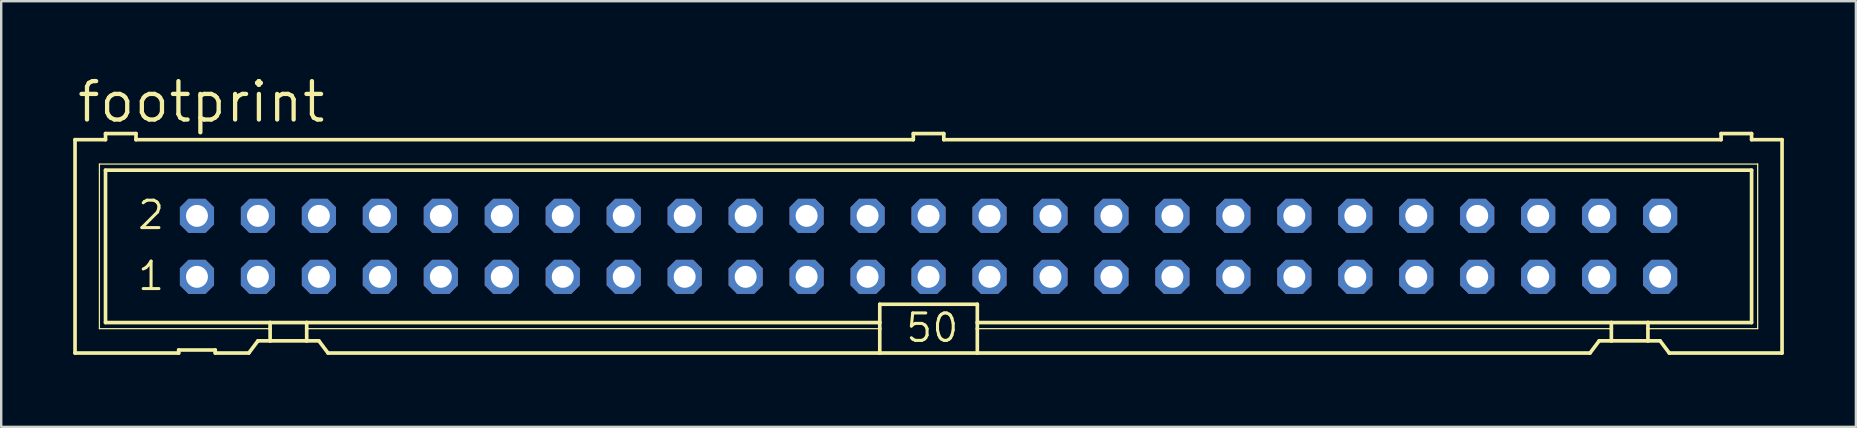
<source format=kicad_pcb>
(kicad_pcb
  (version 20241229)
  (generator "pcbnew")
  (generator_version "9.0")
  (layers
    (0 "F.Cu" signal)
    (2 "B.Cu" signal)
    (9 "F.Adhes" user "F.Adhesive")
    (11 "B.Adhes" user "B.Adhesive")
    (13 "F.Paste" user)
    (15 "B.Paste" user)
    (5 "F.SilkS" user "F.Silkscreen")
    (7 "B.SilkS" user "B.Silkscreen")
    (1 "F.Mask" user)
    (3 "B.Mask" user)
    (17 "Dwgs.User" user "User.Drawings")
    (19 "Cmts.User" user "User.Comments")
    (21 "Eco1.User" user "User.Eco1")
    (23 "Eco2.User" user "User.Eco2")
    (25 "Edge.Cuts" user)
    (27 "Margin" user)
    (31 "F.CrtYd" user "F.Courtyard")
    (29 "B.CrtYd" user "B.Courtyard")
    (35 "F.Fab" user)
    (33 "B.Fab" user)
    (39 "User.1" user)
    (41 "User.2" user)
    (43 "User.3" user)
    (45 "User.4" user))
  (footprint "footprint"
    (layer "F.Cu")
    (at 35.636 7.214)
    (property "Reference" "footprint" (at -35.56 -5.08 0) (layer "F.SilkS") (effects (font (size 1.6 1.6) (thickness 0.178)) (justify left bottom)))
    (fp_line (start -35.56 -4.445) (end -35.56 4.445) (stroke (width 0.152) (type solid)) (layer "F.SilkS"))
    (fp_line (start -35.56 -4.445) (end -34.29 -4.445) (stroke (width 0.152) (type solid)) (layer "F.SilkS"))
    (fp_line (start -35.56 4.445) (end -31.242 4.445) (stroke (width 0.152) (type solid)) (layer "F.SilkS"))
    (fp_line (start -34.544 -3.429) (end -34.544 3.429) (stroke (width 0.051) (type solid)) (layer "F.SilkS"))
    (fp_line (start -34.544 3.429) (end -27.432 3.429) (stroke (width 0.051) (type solid)) (layer "F.SilkS"))
    (fp_line (start -34.29 -4.699) (end -34.29 -4.445) (stroke (width 0.152) (type solid)) (layer "F.SilkS"))
    (fp_line (start -34.29 -3.175) (end -34.29 3.175) (stroke (width 0.152) (type solid)) (layer "F.SilkS"))
    (fp_line (start -34.29 -3.175) (end 34.29 -3.175) (stroke (width 0.152) (type solid)) (layer "F.SilkS"))
    (fp_line (start -33.02 -4.699) (end -34.29 -4.699) (stroke (width 0.152) (type solid)) (layer "F.SilkS"))
    (fp_line (start -33.02 -4.699) (end -33.02 -4.445) (stroke (width 0.152) (type solid)) (layer "F.SilkS"))
    (fp_line (start -33.02 -4.445) (end -0.635 -4.445) (stroke (width 0.152) (type solid)) (layer "F.SilkS"))
    (fp_line (start -31.242 4.318) (end -31.242 4.445) (stroke (width 0.152) (type solid)) (layer "F.SilkS"))
    (fp_line (start -31.242 4.318) (end -29.718 4.318) (stroke (width 0.152) (type solid)) (layer "F.SilkS"))
    (fp_line (start -29.718 4.445) (end -29.718 4.318) (stroke (width 0.152) (type solid)) (layer "F.SilkS"))
    (fp_line (start -29.718 4.445) (end -28.321 4.445) (stroke (width 0.152) (type solid)) (layer "F.SilkS"))
    (fp_line (start -28.321 4.445) (end -27.94 3.937) (stroke (width 0.152) (type solid)) (layer "F.SilkS"))
    (fp_line (start -27.432 3.175) (end -34.29 3.175) (stroke (width 0.152) (type solid)) (layer "F.SilkS"))
    (fp_line (start -27.432 3.175) (end -27.432 3.429) (stroke (width 0.152) (type solid)) (layer "F.SilkS"))
    (fp_line (start -27.432 3.429) (end -27.432 3.937) (stroke (width 0.152) (type solid)) (layer "F.SilkS"))
    (fp_line (start -27.432 3.937) (end -27.94 3.937) (stroke (width 0.152) (type solid)) (layer "F.SilkS"))
    (fp_line (start -25.908 3.175) (end -27.432 3.175) (stroke (width 0.152) (type solid)) (layer "F.SilkS"))
    (fp_line (start -25.908 3.175) (end -25.908 3.429) (stroke (width 0.152) (type solid)) (layer "F.SilkS"))
    (fp_line (start -25.908 3.429) (end -25.908 3.937) (stroke (width 0.152) (type solid)) (layer "F.SilkS"))
    (fp_line (start -25.908 3.429) (end -2.032 3.429) (stroke (width 0.051) (type solid)) (layer "F.SilkS"))
    (fp_line (start -25.908 3.937) (end -27.432 3.937) (stroke (width 0.152) (type solid)) (layer "F.SilkS"))
    (fp_line (start -25.4 3.937) (end -25.908 3.937) (stroke (width 0.152) (type solid)) (layer "F.SilkS"))
    (fp_line (start -25.4 3.937) (end -25.019 4.445) (stroke (width 0.152) (type solid)) (layer "F.SilkS"))
    (fp_line (start -25.019 4.445) (end -2.032 4.445) (stroke (width 0.152) (type solid)) (layer "F.SilkS"))
    (fp_line (start -2.032 3.175) (end -25.908 3.175) (stroke (width 0.152) (type solid)) (layer "F.SilkS"))
    (fp_line (start -2.032 3.175) (end -2.032 2.413) (stroke (width 0.152) (type solid)) (layer "F.SilkS"))
    (fp_line (start -2.032 3.175) (end -2.032 3.429) (stroke (width 0.152) (type solid)) (layer "F.SilkS"))
    (fp_line (start -2.032 3.429) (end -2.032 4.445) (stroke (width 0.152) (type solid)) (layer "F.SilkS"))
    (fp_line (start -0.635 -4.699) (end -0.635 -4.445) (stroke (width 0.152) (type solid)) (layer "F.SilkS"))
    (fp_line (start 0.635 -4.699) (end -0.635 -4.699) (stroke (width 0.152) (type solid)) (layer "F.SilkS"))
    (fp_line (start 0.635 -4.699) (end 0.635 -4.445) (stroke (width 0.152) (type solid)) (layer "F.SilkS"))
    (fp_line (start 0.635 -4.445) (end 33.02 -4.445) (stroke (width 0.152) (type solid)) (layer "F.SilkS"))
    (fp_line (start 2.032 2.413) (end -2.032 2.413) (stroke (width 0.152) (type solid)) (layer "F.SilkS"))
    (fp_line (start 2.032 2.413) (end 2.032 3.175) (stroke (width 0.152) (type solid)) (layer "F.SilkS"))
    (fp_line (start 2.032 3.175) (end 2.032 3.429) (stroke (width 0.152) (type solid)) (layer "F.SilkS"))
    (fp_line (start 2.032 3.429) (end 2.032 4.445) (stroke (width 0.152) (type solid)) (layer "F.SilkS"))
    (fp_line (start 2.032 4.445) (end -2.032 4.445) (stroke (width 0.152) (type solid)) (layer "F.SilkS"))
    (fp_line (start 27.559 4.445) (end 2.032 4.445) (stroke (width 0.152) (type solid)) (layer "F.SilkS"))
    (fp_line (start 27.559 4.445) (end 27.94 3.937) (stroke (width 0.152) (type solid)) (layer "F.SilkS"))
    (fp_line (start 28.448 3.175) (end 2.032 3.175) (stroke (width 0.152) (type solid)) (layer "F.SilkS"))
    (fp_line (start 28.448 3.175) (end 28.448 3.429) (stroke (width 0.152) (type solid)) (layer "F.SilkS"))
    (fp_line (start 28.448 3.429) (end 2.032 3.429) (stroke (width 0.051) (type solid)) (layer "F.SilkS"))
    (fp_line (start 28.448 3.429) (end 28.448 3.937) (stroke (width 0.152) (type solid)) (layer "F.SilkS"))
    (fp_line (start 28.448 3.937) (end 27.94 3.937) (stroke (width 0.152) (type solid)) (layer "F.SilkS"))
    (fp_line (start 29.972 3.175) (end 28.448 3.175) (stroke (width 0.152) (type solid)) (layer "F.SilkS"))
    (fp_line (start 29.972 3.175) (end 29.972 3.429) (stroke (width 0.152) (type solid)) (layer "F.SilkS"))
    (fp_line (start 29.972 3.429) (end 29.972 3.937) (stroke (width 0.152) (type solid)) (layer "F.SilkS"))
    (fp_line (start 29.972 3.429) (end 34.544 3.429) (stroke (width 0.051) (type solid)) (layer "F.SilkS"))
    (fp_line (start 29.972 3.937) (end 28.448 3.937) (stroke (width 0.152) (type solid)) (layer "F.SilkS"))
    (fp_line (start 30.48 3.937) (end 29.972 3.937) (stroke (width 0.152) (type solid)) (layer "F.SilkS"))
    (fp_line (start 30.48 3.937) (end 30.861 4.445) (stroke (width 0.152) (type solid)) (layer "F.SilkS"))
    (fp_line (start 33.02 -4.445) (end 33.02 -4.699) (stroke (width 0.152) (type solid)) (layer "F.SilkS"))
    (fp_line (start 34.29 -4.699) (end 33.02 -4.699) (stroke (width 0.152) (type solid)) (layer "F.SilkS"))
    (fp_line (start 34.29 -4.445) (end 34.29 -4.699) (stroke (width 0.152) (type solid)) (layer "F.SilkS"))
    (fp_line (start 34.29 -4.445) (end 35.56 -4.445) (stroke (width 0.152) (type solid)) (layer "F.SilkS"))
    (fp_line (start 34.29 3.175) (end 29.972 3.175) (stroke (width 0.152) (type solid)) (layer "F.SilkS"))
    (fp_line (start 34.29 3.175) (end 34.29 -3.175) (stroke (width 0.152) (type solid)) (layer "F.SilkS"))
    (fp_line (start 34.544 -3.429) (end -34.544 -3.429) (stroke (width 0.051) (type solid)) (layer "F.SilkS"))
    (fp_line (start 34.544 3.429) (end 34.544 -3.429) (stroke (width 0.051) (type solid)) (layer "F.SilkS"))
    (fp_line (start 35.56 4.445) (end 30.861 4.445) (stroke (width 0.152) (type solid)) (layer "F.SilkS"))
    (fp_line (start 35.56 4.445) (end 35.56 -4.445) (stroke (width 0.152) (type solid)) (layer "F.SilkS"))
    (fp_poly (pts (xy -30.734 -1.016) (xy -30.226 -1.016) (xy -30.226 -1.524) (xy -30.734 -1.524)) (stroke (width 0.1) (type solid)) (fill no) (layer "F.Fab"))
    (fp_poly (pts (xy -30.734 1.524) (xy -30.226 1.524) (xy -30.226 1.016) (xy -30.734 1.016)) (stroke (width 0.1) (type solid)) (fill no) (layer "F.Fab"))
    (fp_poly (pts (xy -28.194 -1.016) (xy -27.686 -1.016) (xy -27.686 -1.524) (xy -28.194 -1.524)) (stroke (width 0.1) (type solid)) (fill no) (layer "F.Fab"))
    (fp_poly (pts (xy -28.194 1.524) (xy -27.686 1.524) (xy -27.686 1.016) (xy -28.194 1.016)) (stroke (width 0.1) (type solid)) (fill no) (layer "F.Fab"))
    (fp_poly (pts (xy -25.654 -1.016) (xy -25.146 -1.016) (xy -25.146 -1.524) (xy -25.654 -1.524)) (stroke (width 0.1) (type solid)) (fill no) (layer "F.Fab"))
    (fp_poly (pts (xy -25.654 1.524) (xy -25.146 1.524) (xy -25.146 1.016) (xy -25.654 1.016)) (stroke (width 0.1) (type solid)) (fill no) (layer "F.Fab"))
    (fp_poly (pts (xy -23.114 -1.016) (xy -22.606 -1.016) (xy -22.606 -1.524) (xy -23.114 -1.524)) (stroke (width 0.1) (type solid)) (fill no) (layer "F.Fab"))
    (fp_poly (pts (xy -23.114 1.524) (xy -22.606 1.524) (xy -22.606 1.016) (xy -23.114 1.016)) (stroke (width 0.1) (type solid)) (fill no) (layer "F.Fab"))
    (fp_poly (pts (xy -20.574 -1.016) (xy -20.066 -1.016) (xy -20.066 -1.524) (xy -20.574 -1.524)) (stroke (width 0.1) (type solid)) (fill no) (layer "F.Fab"))
    (fp_poly (pts (xy -20.574 1.524) (xy -20.066 1.524) (xy -20.066 1.016) (xy -20.574 1.016)) (stroke (width 0.1) (type solid)) (fill no) (layer "F.Fab"))
    (fp_poly (pts (xy -18.034 -1.016) (xy -17.526 -1.016) (xy -17.526 -1.524) (xy -18.034 -1.524)) (stroke (width 0.1) (type solid)) (fill no) (layer "F.Fab"))
    (fp_poly (pts (xy -18.034 1.524) (xy -17.526 1.524) (xy -17.526 1.016) (xy -18.034 1.016)) (stroke (width 0.1) (type solid)) (fill no) (layer "F.Fab"))
    (fp_poly (pts (xy -15.494 -1.016) (xy -14.986 -1.016) (xy -14.986 -1.524) (xy -15.494 -1.524)) (stroke (width 0.1) (type solid)) (fill no) (layer "F.Fab"))
    (fp_poly (pts (xy -15.494 1.524) (xy -14.986 1.524) (xy -14.986 1.016) (xy -15.494 1.016)) (stroke (width 0.1) (type solid)) (fill no) (layer "F.Fab"))
    (fp_poly (pts (xy -12.954 -1.016) (xy -12.446 -1.016) (xy -12.446 -1.524) (xy -12.954 -1.524)) (stroke (width 0.1) (type solid)) (fill no) (layer "F.Fab"))
    (fp_poly (pts (xy -12.954 1.524) (xy -12.446 1.524) (xy -12.446 1.016) (xy -12.954 1.016)) (stroke (width 0.1) (type solid)) (fill no) (layer "F.Fab"))
    (fp_poly (pts (xy -10.414 -1.016) (xy -9.906 -1.016) (xy -9.906 -1.524) (xy -10.414 -1.524)) (stroke (width 0.1) (type solid)) (fill no) (layer "F.Fab"))
    (fp_poly (pts (xy -10.414 1.524) (xy -9.906 1.524) (xy -9.906 1.016) (xy -10.414 1.016)) (stroke (width 0.1) (type solid)) (fill no) (layer "F.Fab"))
    (fp_poly (pts (xy -7.874 -1.016) (xy -7.366 -1.016) (xy -7.366 -1.524) (xy -7.874 -1.524)) (stroke (width 0.1) (type solid)) (fill no) (layer "F.Fab"))
    (fp_poly (pts (xy -7.874 1.524) (xy -7.366 1.524) (xy -7.366 1.016) (xy -7.874 1.016)) (stroke (width 0.1) (type solid)) (fill no) (layer "F.Fab"))
    (fp_poly (pts (xy -5.334 -1.016) (xy -4.826 -1.016) (xy -4.826 -1.524) (xy -5.334 -1.524)) (stroke (width 0.1) (type solid)) (fill no) (layer "F.Fab"))
    (fp_poly (pts (xy -5.334 1.524) (xy -4.826 1.524) (xy -4.826 1.016) (xy -5.334 1.016)) (stroke (width 0.1) (type solid)) (fill no) (layer "F.Fab"))
    (fp_poly (pts (xy -2.794 -1.016) (xy -2.286 -1.016) (xy -2.286 -1.524) (xy -2.794 -1.524)) (stroke (width 0.1) (type solid)) (fill no) (layer "F.Fab"))
    (fp_poly (pts (xy -2.794 1.524) (xy -2.286 1.524) (xy -2.286 1.016) (xy -2.794 1.016)) (stroke (width 0.1) (type solid)) (fill no) (layer "F.Fab"))
    (fp_poly (pts (xy -0.254 -1.016) (xy 0.254 -1.016) (xy 0.254 -1.524) (xy -0.254 -1.524)) (stroke (width 0.1) (type solid)) (fill no) (layer "F.Fab"))
    (fp_poly (pts (xy -0.254 1.524) (xy 0.254 1.524) (xy 0.254 1.016) (xy -0.254 1.016)) (stroke (width 0.1) (type solid)) (fill no) (layer "F.Fab"))
    (fp_poly (pts (xy 2.286 -1.016) (xy 2.794 -1.016) (xy 2.794 -1.524) (xy 2.286 -1.524)) (stroke (width 0.1) (type solid)) (fill no) (layer "F.Fab"))
    (fp_poly (pts (xy 2.286 1.524) (xy 2.794 1.524) (xy 2.794 1.016) (xy 2.286 1.016)) (stroke (width 0.1) (type solid)) (fill no) (layer "F.Fab"))
    (fp_poly (pts (xy 4.826 -1.016) (xy 5.334 -1.016) (xy 5.334 -1.524) (xy 4.826 -1.524)) (stroke (width 0.1) (type solid)) (fill no) (layer "F.Fab"))
    (fp_poly (pts (xy 4.826 1.524) (xy 5.334 1.524) (xy 5.334 1.016) (xy 4.826 1.016)) (stroke (width 0.1) (type solid)) (fill no) (layer "F.Fab"))
    (fp_poly (pts (xy 7.366 -1.016) (xy 7.874 -1.016) (xy 7.874 -1.524) (xy 7.366 -1.524)) (stroke (width 0.1) (type solid)) (fill no) (layer "F.Fab"))
    (fp_poly (pts (xy 7.366 1.524) (xy 7.874 1.524) (xy 7.874 1.016) (xy 7.366 1.016)) (stroke (width 0.1) (type solid)) (fill no) (layer "F.Fab"))
    (fp_poly (pts (xy 9.906 -1.016) (xy 10.414 -1.016) (xy 10.414 -1.524) (xy 9.906 -1.524)) (stroke (width 0.1) (type solid)) (fill no) (layer "F.Fab"))
    (fp_poly (pts (xy 9.906 1.524) (xy 10.414 1.524) (xy 10.414 1.016) (xy 9.906 1.016)) (stroke (width 0.1) (type solid)) (fill no) (layer "F.Fab"))
    (fp_poly (pts (xy 12.446 -1.016) (xy 12.954 -1.016) (xy 12.954 -1.524) (xy 12.446 -1.524)) (stroke (width 0.1) (type solid)) (fill no) (layer "F.Fab"))
    (fp_poly (pts (xy 12.446 1.524) (xy 12.954 1.524) (xy 12.954 1.016) (xy 12.446 1.016)) (stroke (width 0.1) (type solid)) (fill no) (layer "F.Fab"))
    (fp_poly (pts (xy 14.986 -1.016) (xy 15.494 -1.016) (xy 15.494 -1.524) (xy 14.986 -1.524)) (stroke (width 0.1) (type solid)) (fill no) (layer "F.Fab"))
    (fp_poly (pts (xy 14.986 1.524) (xy 15.494 1.524) (xy 15.494 1.016) (xy 14.986 1.016)) (stroke (width 0.1) (type solid)) (fill no) (layer "F.Fab"))
    (fp_poly (pts (xy 17.526 -1.016) (xy 18.034 -1.016) (xy 18.034 -1.524) (xy 17.526 -1.524)) (stroke (width 0.1) (type solid)) (fill no) (layer "F.Fab"))
    (fp_poly (pts (xy 17.526 1.524) (xy 18.034 1.524) (xy 18.034 1.016) (xy 17.526 1.016)) (stroke (width 0.1) (type solid)) (fill no) (layer "F.Fab"))
    (fp_poly (pts (xy 20.066 -1.016) (xy 20.574 -1.016) (xy 20.574 -1.524) (xy 20.066 -1.524)) (stroke (width 0.1) (type solid)) (fill no) (layer "F.Fab"))
    (fp_poly (pts (xy 20.066 1.524) (xy 20.574 1.524) (xy 20.574 1.016) (xy 20.066 1.016)) (stroke (width 0.1) (type solid)) (fill no) (layer "F.Fab"))
    (fp_poly (pts (xy 22.606 -1.016) (xy 23.114 -1.016) (xy 23.114 -1.524) (xy 22.606 -1.524)) (stroke (width 0.1) (type solid)) (fill no) (layer "F.Fab"))
    (fp_poly (pts (xy 22.606 1.524) (xy 23.114 1.524) (xy 23.114 1.016) (xy 22.606 1.016)) (stroke (width 0.1) (type solid)) (fill no) (layer "F.Fab"))
    (fp_poly (pts (xy 25.146 -1.016) (xy 25.654 -1.016) (xy 25.654 -1.524) (xy 25.146 -1.524)) (stroke (width 0.1) (type solid)) (fill no) (layer "F.Fab"))
    (fp_poly (pts (xy 25.146 1.524) (xy 25.654 1.524) (xy 25.654 1.016) (xy 25.146 1.016)) (stroke (width 0.1) (type solid)) (fill no) (layer "F.Fab"))
    (fp_poly (pts (xy 27.686 -1.016) (xy 28.194 -1.016) (xy 28.194 -1.524) (xy 27.686 -1.524)) (stroke (width 0.1) (type solid)) (fill no) (layer "F.Fab"))
    (fp_poly (pts (xy 27.686 1.524) (xy 28.194 1.524) (xy 28.194 1.016) (xy 27.686 1.016)) (stroke (width 0.1) (type solid)) (fill no) (layer "F.Fab"))
    (fp_poly (pts (xy 30.226 -1.016) (xy 30.734 -1.016) (xy 30.734 -1.524) (xy 30.226 -1.524)) (stroke (width 0.1) (type solid)) (fill no) (layer "F.Fab"))
    (fp_poly (pts (xy 30.226 1.524) (xy 30.734 1.524) (xy 30.734 1.016) (xy 30.226 1.016)) (stroke (width 0.1) (type solid)) (fill no) (layer "F.Fab"))
    (fp_text user "1" (at -33.02 1.905 0) (layer "F.SilkS") (effects (font (size 1.143 1.143) (thickness 0.127)) (justify left bottom)))
    (fp_text user "2" (at -33.02 -0.635 0) (layer "F.SilkS") (effects (font (size 1.143 1.143) (thickness 0.127)) (justify left bottom)))
    (fp_text user "50" (at -1.016 4.064 0) (layer "F.SilkS") (effects (font (size 1.143 1.143) (thickness 0.127)) (justify left bottom)))
    (pad "1" thru_hole roundrect (at -30.48 1.27) (size 1.422 1.422) (drill 0.914) (layers "*.Cu" "*.Mask") (roundrect_rratio 0.25) (chamfer_ratio 0.25) (chamfer top_left top_right bottom_left bottom_right))
    (pad "2" thru_hole roundrect (at -30.48 -1.27) (size 1.422 1.422) (drill 0.914) (layers "*.Cu" "*.Mask") (roundrect_rratio 0.25) (chamfer_ratio 0.25) (chamfer top_left top_right bottom_left bottom_right))
    (pad "3" thru_hole roundrect (at -27.94 1.27) (size 1.422 1.422) (drill 0.914) (layers "*.Cu" "*.Mask") (roundrect_rratio 0.25) (chamfer_ratio 0.25) (chamfer top_left top_right bottom_left bottom_right))
    (pad "4" thru_hole roundrect (at -27.94 -1.27) (size 1.422 1.422) (drill 0.914) (layers "*.Cu" "*.Mask") (roundrect_rratio 0.25) (chamfer_ratio 0.25) (chamfer top_left top_right bottom_left bottom_right))
    (pad "5" thru_hole roundrect (at -25.4 1.27) (size 1.422 1.422) (drill 0.914) (layers "*.Cu" "*.Mask") (roundrect_rratio 0.25) (chamfer_ratio 0.25) (chamfer top_left top_right bottom_left bottom_right))
    (pad "6" thru_hole roundrect (at -25.4 -1.27) (size 1.422 1.422) (drill 0.914) (layers "*.Cu" "*.Mask") (roundrect_rratio 0.25) (chamfer_ratio 0.25) (chamfer top_left top_right bottom_left bottom_right))
    (pad "7" thru_hole roundrect (at -22.86 1.27) (size 1.422 1.422) (drill 0.914) (layers "*.Cu" "*.Mask") (roundrect_rratio 0.25) (chamfer_ratio 0.25) (chamfer top_left top_right bottom_left bottom_right))
    (pad "8" thru_hole roundrect (at -22.86 -1.27) (size 1.422 1.422) (drill 0.914) (layers "*.Cu" "*.Mask") (roundrect_rratio 0.25) (chamfer_ratio 0.25) (chamfer top_left top_right bottom_left bottom_right))
    (pad "9" thru_hole roundrect (at -20.32 1.27) (size 1.422 1.422) (drill 0.914) (layers "*.Cu" "*.Mask") (roundrect_rratio 0.25) (chamfer_ratio 0.25) (chamfer top_left top_right bottom_left bottom_right))
    (pad "10" thru_hole roundrect (at -20.32 -1.27) (size 1.422 1.422) (drill 0.914) (layers "*.Cu" "*.Mask") (roundrect_rratio 0.25) (chamfer_ratio 0.25) (chamfer top_left top_right bottom_left bottom_right))
    (pad "11" thru_hole roundrect (at -17.78 1.27) (size 1.422 1.422) (drill 0.914) (layers "*.Cu" "*.Mask") (roundrect_rratio 0.25) (chamfer_ratio 0.25) (chamfer top_left top_right bottom_left bottom_right))
    (pad "12" thru_hole roundrect (at -17.78 -1.27) (size 1.422 1.422) (drill 0.914) (layers "*.Cu" "*.Mask") (roundrect_rratio 0.25) (chamfer_ratio 0.25) (chamfer top_left top_right bottom_left bottom_right))
    (pad "13" thru_hole roundrect (at -15.24 1.27) (size 1.422 1.422) (drill 0.914) (layers "*.Cu" "*.Mask") (roundrect_rratio 0.25) (chamfer_ratio 0.25) (chamfer top_left top_right bottom_left bottom_right))
    (pad "14" thru_hole roundrect (at -15.24 -1.27) (size 1.422 1.422) (drill 0.914) (layers "*.Cu" "*.Mask") (roundrect_rratio 0.25) (chamfer_ratio 0.25) (chamfer top_left top_right bottom_left bottom_right))
    (pad "15" thru_hole roundrect (at -12.7 1.27) (size 1.422 1.422) (drill 0.914) (layers "*.Cu" "*.Mask") (roundrect_rratio 0.25) (chamfer_ratio 0.25) (chamfer top_left top_right bottom_left bottom_right))
    (pad "16" thru_hole roundrect (at -12.7 -1.27) (size 1.422 1.422) (drill 0.914) (layers "*.Cu" "*.Mask") (roundrect_rratio 0.25) (chamfer_ratio 0.25) (chamfer top_left top_right bottom_left bottom_right))
    (pad "17" thru_hole roundrect (at -10.16 1.27) (size 1.422 1.422) (drill 0.914) (layers "*.Cu" "*.Mask") (roundrect_rratio 0.25) (chamfer_ratio 0.25) (chamfer top_left top_right bottom_left bottom_right))
    (pad "18" thru_hole roundrect (at -10.16 -1.27) (size 1.422 1.422) (drill 0.914) (layers "*.Cu" "*.Mask") (roundrect_rratio 0.25) (chamfer_ratio 0.25) (chamfer top_left top_right bottom_left bottom_right))
    (pad "19" thru_hole roundrect (at -7.62 1.27) (size 1.422 1.422) (drill 0.914) (layers "*.Cu" "*.Mask") (roundrect_rratio 0.25) (chamfer_ratio 0.25) (chamfer top_left top_right bottom_left bottom_right))
    (pad "20" thru_hole roundrect (at -7.62 -1.27) (size 1.422 1.422) (drill 0.914) (layers "*.Cu" "*.Mask") (roundrect_rratio 0.25) (chamfer_ratio 0.25) (chamfer top_left top_right bottom_left bottom_right))
    (pad "21" thru_hole roundrect (at -5.08 1.27) (size 1.422 1.422) (drill 0.914) (layers "*.Cu" "*.Mask") (roundrect_rratio 0.25) (chamfer_ratio 0.25) (chamfer top_left top_right bottom_left bottom_right))
    (pad "22" thru_hole roundrect (at -5.08 -1.27) (size 1.422 1.422) (drill 0.914) (layers "*.Cu" "*.Mask") (roundrect_rratio 0.25) (chamfer_ratio 0.25) (chamfer top_left top_right bottom_left bottom_right))
    (pad "23" thru_hole roundrect (at -2.54 1.27) (size 1.422 1.422) (drill 0.914) (layers "*.Cu" "*.Mask") (roundrect_rratio 0.25) (chamfer_ratio 0.25) (chamfer top_left top_right bottom_left bottom_right))
    (pad "24" thru_hole roundrect (at -2.54 -1.27) (size 1.422 1.422) (drill 0.914) (layers "*.Cu" "*.Mask") (roundrect_rratio 0.25) (chamfer_ratio 0.25) (chamfer top_left top_right bottom_left bottom_right))
    (pad "25" thru_hole roundrect (at 0 1.27) (size 1.422 1.422) (drill 0.914) (layers "*.Cu" "*.Mask") (roundrect_rratio 0.25) (chamfer_ratio 0.25) (chamfer top_left top_right bottom_left bottom_right))
    (pad "26" thru_hole roundrect (at 0 -1.27) (size 1.422 1.422) (drill 0.914) (layers "*.Cu" "*.Mask") (roundrect_rratio 0.25) (chamfer_ratio 0.25) (chamfer top_left top_right bottom_left bottom_right))
    (pad "27" thru_hole roundrect (at 2.54 1.27) (size 1.422 1.422) (drill 0.914) (layers "*.Cu" "*.Mask") (roundrect_rratio 0.25) (chamfer_ratio 0.25) (chamfer top_left top_right bottom_left bottom_right))
    (pad "28" thru_hole roundrect (at 2.54 -1.27) (size 1.422 1.422) (drill 0.914) (layers "*.Cu" "*.Mask") (roundrect_rratio 0.25) (chamfer_ratio 0.25) (chamfer top_left top_right bottom_left bottom_right))
    (pad "29" thru_hole roundrect (at 5.08 1.27) (size 1.422 1.422) (drill 0.914) (layers "*.Cu" "*.Mask") (roundrect_rratio 0.25) (chamfer_ratio 0.25) (chamfer top_left top_right bottom_left bottom_right))
    (pad "30" thru_hole roundrect (at 5.08 -1.27) (size 1.422 1.422) (drill 0.914) (layers "*.Cu" "*.Mask") (roundrect_rratio 0.25) (chamfer_ratio 0.25) (chamfer top_left top_right bottom_left bottom_right))
    (pad "31" thru_hole roundrect (at 7.62 1.27) (size 1.422 1.422) (drill 0.914) (layers "*.Cu" "*.Mask") (roundrect_rratio 0.25) (chamfer_ratio 0.25) (chamfer top_left top_right bottom_left bottom_right))
    (pad "32" thru_hole roundrect (at 7.62 -1.27) (size 1.422 1.422) (drill 0.914) (layers "*.Cu" "*.Mask") (roundrect_rratio 0.25) (chamfer_ratio 0.25) (chamfer top_left top_right bottom_left bottom_right))
    (pad "33" thru_hole roundrect (at 10.16 1.27) (size 1.422 1.422) (drill 0.914) (layers "*.Cu" "*.Mask") (roundrect_rratio 0.25) (chamfer_ratio 0.25) (chamfer top_left top_right bottom_left bottom_right))
    (pad "34" thru_hole roundrect (at 10.16 -1.27) (size 1.422 1.422) (drill 0.914) (layers "*.Cu" "*.Mask") (roundrect_rratio 0.25) (chamfer_ratio 0.25) (chamfer top_left top_right bottom_left bottom_right))
    (pad "35" thru_hole roundrect (at 12.7 1.27) (size 1.422 1.422) (drill 0.914) (layers "*.Cu" "*.Mask") (roundrect_rratio 0.25) (chamfer_ratio 0.25) (chamfer top_left top_right bottom_left bottom_right))
    (pad "36" thru_hole roundrect (at 12.7 -1.27) (size 1.422 1.422) (drill 0.914) (layers "*.Cu" "*.Mask") (roundrect_rratio 0.25) (chamfer_ratio 0.25) (chamfer top_left top_right bottom_left bottom_right))
    (pad "37" thru_hole roundrect (at 15.24 1.27) (size 1.422 1.422) (drill 0.914) (layers "*.Cu" "*.Mask") (roundrect_rratio 0.25) (chamfer_ratio 0.25) (chamfer top_left top_right bottom_left bottom_right))
    (pad "38" thru_hole roundrect (at 15.24 -1.27) (size 1.422 1.422) (drill 0.914) (layers "*.Cu" "*.Mask") (roundrect_rratio 0.25) (chamfer_ratio 0.25) (chamfer top_left top_right bottom_left bottom_right))
    (pad "39" thru_hole roundrect (at 17.78 1.27) (size 1.422 1.422) (drill 0.914) (layers "*.Cu" "*.Mask") (roundrect_rratio 0.25) (chamfer_ratio 0.25) (chamfer top_left top_right bottom_left bottom_right))
    (pad "40" thru_hole roundrect (at 17.78 -1.27) (size 1.422 1.422) (drill 0.914) (layers "*.Cu" "*.Mask") (roundrect_rratio 0.25) (chamfer_ratio 0.25) (chamfer top_left top_right bottom_left bottom_right))
    (pad "41" thru_hole roundrect (at 20.32 1.27) (size 1.422 1.422) (drill 0.914) (layers "*.Cu" "*.Mask") (roundrect_rratio 0.25) (chamfer_ratio 0.25) (chamfer top_left top_right bottom_left bottom_right))
    (pad "42" thru_hole roundrect (at 20.32 -1.27) (size 1.422 1.422) (drill 0.914) (layers "*.Cu" "*.Mask") (roundrect_rratio 0.25) (chamfer_ratio 0.25) (chamfer top_left top_right bottom_left bottom_right))
    (pad "43" thru_hole roundrect (at 22.86 1.27) (size 1.422 1.422) (drill 0.914) (layers "*.Cu" "*.Mask") (roundrect_rratio 0.25) (chamfer_ratio 0.25) (chamfer top_left top_right bottom_left bottom_right))
    (pad "44" thru_hole roundrect (at 22.86 -1.27) (size 1.422 1.422) (drill 0.914) (layers "*.Cu" "*.Mask") (roundrect_rratio 0.25) (chamfer_ratio 0.25) (chamfer top_left top_right bottom_left bottom_right))
    (pad "45" thru_hole roundrect (at 25.4 1.27) (size 1.422 1.422) (drill 0.914) (layers "*.Cu" "*.Mask") (roundrect_rratio 0.25) (chamfer_ratio 0.25) (chamfer top_left top_right bottom_left bottom_right))
    (pad "46" thru_hole roundrect (at 25.4 -1.27) (size 1.422 1.422) (drill 0.914) (layers "*.Cu" "*.Mask") (roundrect_rratio 0.25) (chamfer_ratio 0.25) (chamfer top_left top_right bottom_left bottom_right))
    (pad "47" thru_hole roundrect (at 27.94 1.27) (size 1.422 1.422) (drill 0.914) (layers "*.Cu" "*.Mask") (roundrect_rratio 0.25) (chamfer_ratio 0.25) (chamfer top_left top_right bottom_left bottom_right))
    (pad "48" thru_hole roundrect (at 27.94 -1.27) (size 1.422 1.422) (drill 0.914) (layers "*.Cu" "*.Mask") (roundrect_rratio 0.25) (chamfer_ratio 0.25) (chamfer top_left top_right bottom_left bottom_right))
    (pad "49" thru_hole roundrect (at 30.48 1.27) (size 1.422 1.422) (drill 0.914) (layers "*.Cu" "*.Mask") (roundrect_rratio 0.25) (chamfer_ratio 0.25) (chamfer top_left top_right bottom_left bottom_right))
    (pad "50" thru_hole roundrect (at 30.48 -1.27) (size 1.422 1.422) (drill 0.914) (layers "*.Cu" "*.Mask") (roundrect_rratio 0.25) (chamfer_ratio 0.25) (chamfer top_left top_right bottom_left bottom_right)))
  (gr_rect
    (start -3 -3)
    (end 74.272 14.735)
    (stroke (width 0.1) (type default))
    (fill no)
    (layer "Edge.Cuts")))
</source>
